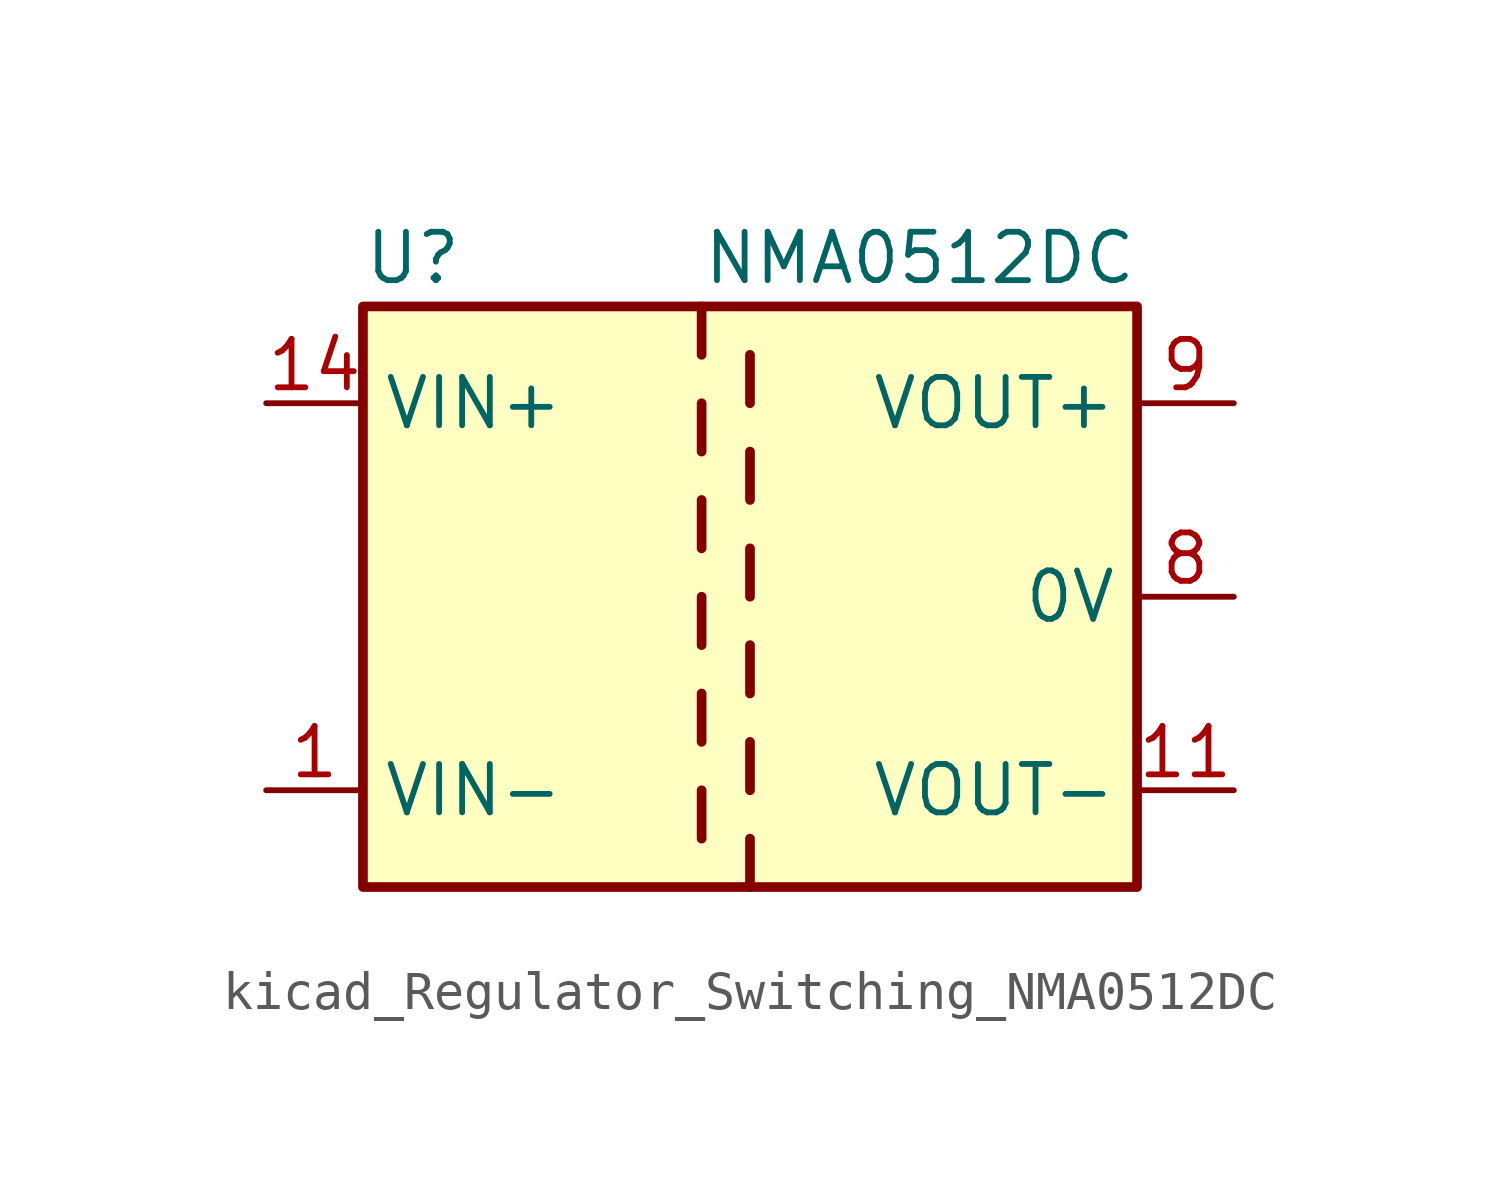
<source format=kicad_sym>
(kicad_symbol_lib
  (version 20220914)
  (generator kicad_symbol_editor)
  (symbol "kicad_Regulator_Switching_NMA0512DC"
    (property "Reference" "U"
      (at -10.16 8.89 0)
      (effects (font (size 1.27 1.27)) (justify left)))
    (property "Value" "NMA0512DC"
      (at -1.27 8.89 0)
      (effects (font (size 1.27 1.27)) (justify left)))
    (symbol "kicad_Regulator_Switching_NMA0512DC_0_1"
      (rectangle (start -10.16 7.62) (end 10.16 -7.62) (stroke (width 0.254) (type default)) (fill (type background)))
      (polyline (pts (xy -1.27 -5.08) (xy -1.27 -6.35)) (stroke (width 0.254) (type default)) (fill (type none)))
      (polyline (pts (xy -1.27 -2.54) (xy -1.27 -3.81)) (stroke (width 0.254) (type default)) (fill (type none)))
      (polyline (pts (xy -1.27 0) (xy -1.27 -1.27)) (stroke (width 0.254) (type default)) (fill (type none)))
      (polyline (pts (xy -1.27 2.54) (xy -1.27 1.27)) (stroke (width 0.254) (type default)) (fill (type none)))
      (polyline (pts (xy -1.27 5.08) (xy -1.27 3.81)) (stroke (width 0.254) (type default)) (fill (type none)))
      (polyline (pts (xy -1.27 7.62) (xy -1.27 6.35)) (stroke (width 0.254) (type default)) (fill (type none)))
      (polyline (pts (xy 0 -7.62) (xy 0 -6.35)) (stroke (width 0.254) (type default)) (fill (type none)))
      (polyline (pts (xy 0 -5.08) (xy 0 -3.81)) (stroke (width 0.254) (type default)) (fill (type none)))
      (polyline (pts (xy 0 -1.27) (xy 0 -2.54)) (stroke (width 0.254) (type default)) (fill (type none)))
      (polyline (pts (xy 0 0) (xy 0 1.27)) (stroke (width 0.254) (type default)) (fill (type none)))
      (polyline (pts (xy 0 2.54) (xy 0 3.81)) (stroke (width 0.254) (type default)) (fill (type none)))
      (polyline (pts (xy 0 5.08) (xy 0 6.35)) (stroke (width 0.254) (type default)) (fill (type none))))
    (symbol "kicad_Regulator_Switching_NMA0512DC_1_1"
      (pin power_in line (at -12.7 -5.08 0) (length 2.54) (name "VIN-" (effects (font (size 1.27 1.27)))) (number "1" (effects (font (size 1.27 1.27)))))
      (pin power_out line (at 12.7 -5.08 180) (length 2.54) (name "VOUT-" (effects (font (size 1.27 1.27)))) (number "11" (effects (font (size 1.27 1.27)))))
      (pin power_in line (at -12.7 5.08 0) (length 2.54) (name "VIN+" (effects (font (size 1.27 1.27)))) (number "14" (effects (font (size 1.27 1.27)))))
      (pin no_connect line (at -10.16 0 0) (length 2.54) hide (name "NC" (effects (font (size 1.27 1.27)))) (number "7" (effects (font (size 1.27 1.27)))))
      (pin power_out line (at 12.7 0 180) (length 2.54) (name "0V" (effects (font (size 1.27 1.27)))) (number "8" (effects (font (size 1.27 1.27)))))
      (pin power_out line (at 12.7 5.08 180) (length 2.54) (name "VOUT+" (effects (font (size 1.27 1.27)))) (number "9" (effects (font (size 1.27 1.27))))))))
</source>
